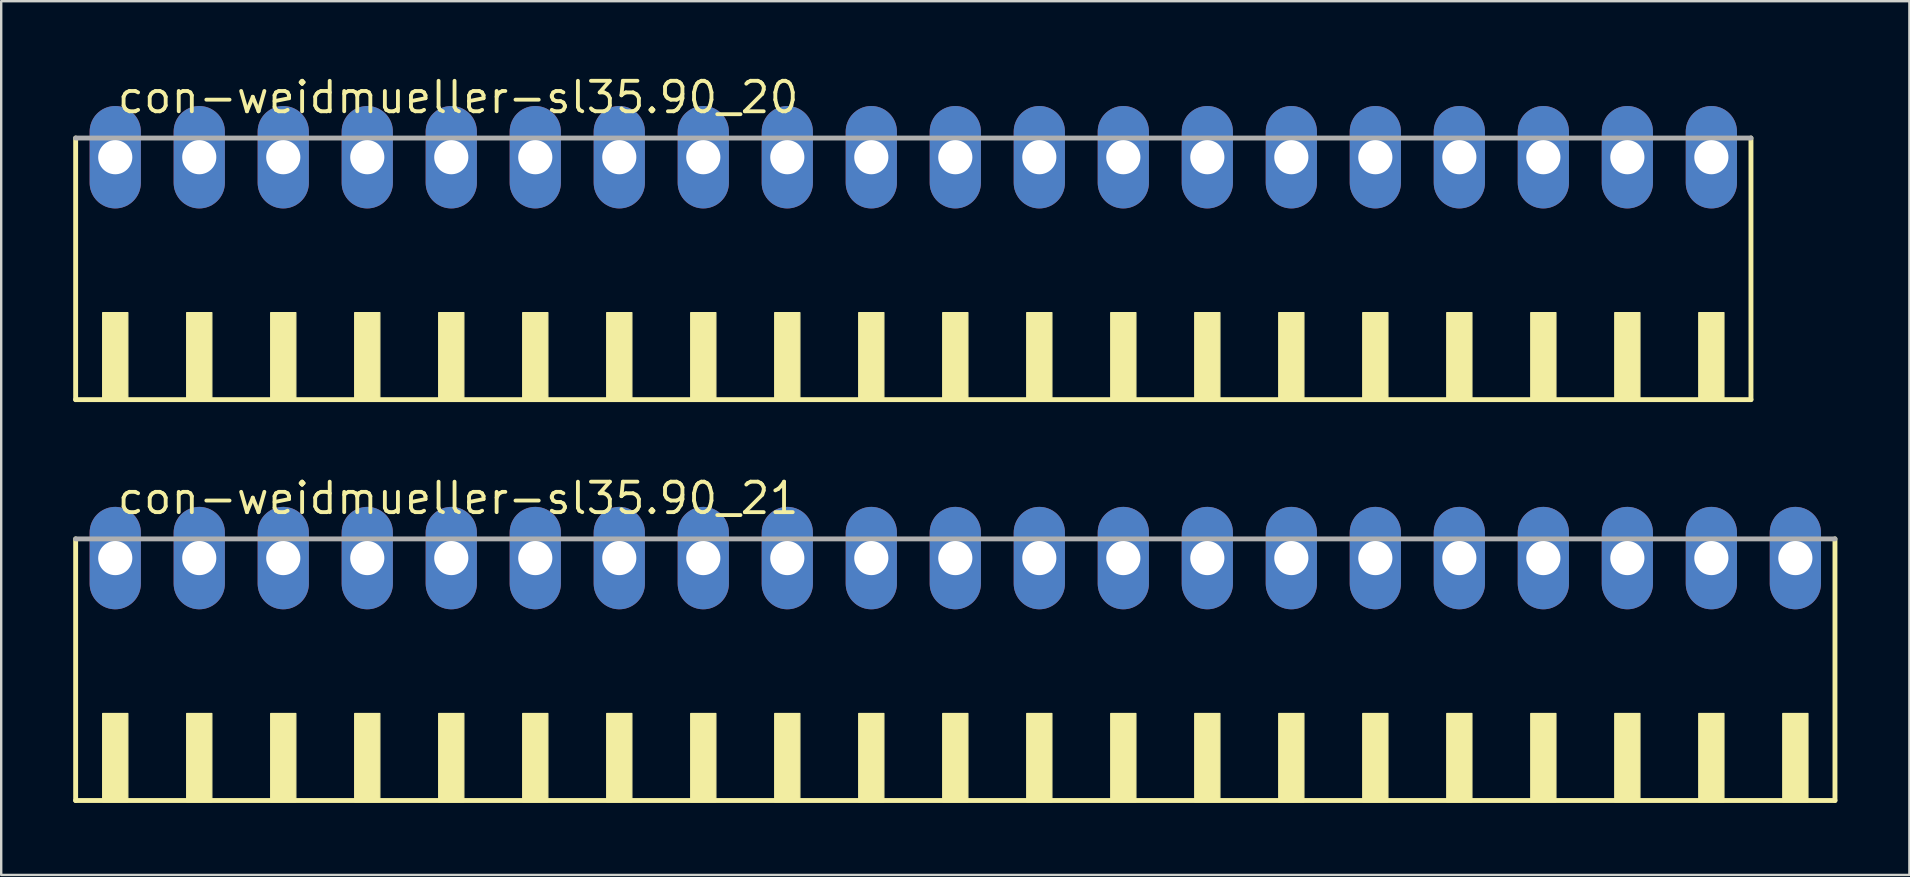
<source format=kicad_pcb>
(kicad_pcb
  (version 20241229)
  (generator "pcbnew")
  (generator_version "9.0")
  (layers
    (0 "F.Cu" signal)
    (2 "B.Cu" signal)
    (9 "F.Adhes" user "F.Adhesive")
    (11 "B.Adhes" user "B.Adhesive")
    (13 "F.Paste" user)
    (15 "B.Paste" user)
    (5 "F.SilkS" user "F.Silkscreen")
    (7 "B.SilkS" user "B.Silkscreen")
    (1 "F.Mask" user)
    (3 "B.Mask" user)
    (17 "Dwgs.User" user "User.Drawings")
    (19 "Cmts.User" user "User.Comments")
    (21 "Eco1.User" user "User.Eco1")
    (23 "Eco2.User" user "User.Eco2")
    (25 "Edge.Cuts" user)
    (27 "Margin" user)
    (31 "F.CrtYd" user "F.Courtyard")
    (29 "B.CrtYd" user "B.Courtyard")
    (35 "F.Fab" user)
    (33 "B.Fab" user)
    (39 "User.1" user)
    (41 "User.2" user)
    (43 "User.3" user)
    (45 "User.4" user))
  (footprint "con-weidmueller-sl35.90_21"
    (layer "F.Cu")
    (at 36.752 25.452)
    (property "Reference" "con-weidmueller-sl35.90_21" (at -35 -7 0) (layer "F.SilkS") (effects (font (size 1.27 1.27) (thickness 0.16)) (justify left bottom)))
    (attr through_hole)
    (fp_line (start -36.65 -6.05) (end -36.65 4.85) (stroke (width 0.203) (type default)) (layer "F.SilkS"))
    (fp_line (start -36.65 4.85) (end 36.65 4.85) (stroke (width 0.203) (type default)) (layer "F.SilkS"))
    (fp_line (start 36.65 4.85) (end 36.65 -6.05) (stroke (width 0.203) (type default)) (layer "F.SilkS"))
    (fp_rect (start -35.525 4.9) (end -34.475 1.225) (stroke (width 0.05) (type default)) (fill yes) (layer "F.SilkS"))
    (fp_rect (start -32.025 4.9) (end -30.975 1.225) (stroke (width 0.05) (type default)) (fill yes) (layer "F.SilkS"))
    (fp_rect (start -28.525 4.9) (end -27.475 1.225) (stroke (width 0.05) (type default)) (fill yes) (layer "F.SilkS"))
    (fp_rect (start -25.025 4.9) (end -23.975 1.225) (stroke (width 0.05) (type default)) (fill yes) (layer "F.SilkS"))
    (fp_rect (start -21.525 4.9) (end -20.475 1.225) (stroke (width 0.05) (type default)) (fill yes) (layer "F.SilkS"))
    (fp_rect (start -18.025 4.9) (end -16.975 1.225) (stroke (width 0.05) (type default)) (fill yes) (layer "F.SilkS"))
    (fp_rect (start -14.525 4.9) (end -13.475 1.225) (stroke (width 0.05) (type default)) (fill yes) (layer "F.SilkS"))
    (fp_rect (start -11.025 4.9) (end -9.975 1.225) (stroke (width 0.05) (type default)) (fill yes) (layer "F.SilkS"))
    (fp_rect (start -7.525 4.9) (end -6.475 1.225) (stroke (width 0.05) (type default)) (fill yes) (layer "F.SilkS"))
    (fp_rect (start -4.025 4.9) (end -2.975 1.225) (stroke (width 0.05) (type default)) (fill yes) (layer "F.SilkS"))
    (fp_rect (start -0.525 4.9) (end 0.525 1.225) (stroke (width 0.05) (type default)) (fill yes) (layer "F.SilkS"))
    (fp_rect (start 2.975 4.9) (end 4.025 1.225) (stroke (width 0.05) (type default)) (fill yes) (layer "F.SilkS"))
    (fp_rect (start 6.475 4.9) (end 7.525 1.225) (stroke (width 0.05) (type default)) (fill yes) (layer "F.SilkS"))
    (fp_rect (start 9.975 4.9) (end 11.025 1.225) (stroke (width 0.05) (type default)) (fill yes) (layer "F.SilkS"))
    (fp_rect (start 13.475 4.9) (end 14.525 1.225) (stroke (width 0.05) (type default)) (fill yes) (layer "F.SilkS"))
    (fp_rect (start 16.975 4.9) (end 18.025 1.225) (stroke (width 0.05) (type default)) (fill yes) (layer "F.SilkS"))
    (fp_rect (start 20.475 4.9) (end 21.525 1.225) (stroke (width 0.05) (type default)) (fill yes) (layer "F.SilkS"))
    (fp_rect (start 23.975 4.9) (end 25.025 1.225) (stroke (width 0.05) (type default)) (fill yes) (layer "F.SilkS"))
    (fp_rect (start 27.475 4.9) (end 28.525 1.225) (stroke (width 0.05) (type default)) (fill yes) (layer "F.SilkS"))
    (fp_rect (start 30.975 4.9) (end 32.025 1.225) (stroke (width 0.05) (type default)) (fill yes) (layer "F.SilkS"))
    (fp_rect (start 34.475 4.9) (end 35.525 1.225) (stroke (width 0.05) (type default)) (fill yes) (layer "F.SilkS"))
    (fp_line (start 36.65 -6.05) (end -36.65 -6.05) (stroke (width 0.203) (type default)) (layer "F.Fab"))
    (pad "1" thru_hole oval (at -35 -5.25 90) (size 4.267 2.134) (drill 1.422) (layers "*.Cu" "*.Mask"))
    (pad "2" thru_hole oval (at -31.5 -5.25 90) (size 4.267 2.134) (drill 1.422) (layers "*.Cu" "*.Mask"))
    (pad "3" thru_hole oval (at -28 -5.25 90) (size 4.267 2.134) (drill 1.422) (layers "*.Cu" "*.Mask"))
    (pad "4" thru_hole oval (at -24.5 -5.25 90) (size 4.267 2.134) (drill 1.422) (layers "*.Cu" "*.Mask"))
    (pad "5" thru_hole oval (at -21 -5.25 90) (size 4.267 2.134) (drill 1.422) (layers "*.Cu" "*.Mask"))
    (pad "6" thru_hole oval (at -17.5 -5.25 90) (size 4.267 2.134) (drill 1.422) (layers "*.Cu" "*.Mask"))
    (pad "7" thru_hole oval (at -14 -5.25 90) (size 4.267 2.134) (drill 1.422) (layers "*.Cu" "*.Mask"))
    (pad "8" thru_hole oval (at -10.5 -5.25 90) (size 4.267 2.134) (drill 1.422) (layers "*.Cu" "*.Mask"))
    (pad "9" thru_hole oval (at -7 -5.25 90) (size 4.267 2.134) (drill 1.422) (layers "*.Cu" "*.Mask"))
    (pad "10" thru_hole oval (at -3.5 -5.25 90) (size 4.267 2.134) (drill 1.422) (layers "*.Cu" "*.Mask"))
    (pad "11" thru_hole oval (at 0 -5.25 90) (size 4.267 2.134) (drill 1.422) (layers "*.Cu" "*.Mask"))
    (pad "12" thru_hole oval (at 3.5 -5.25 90) (size 4.267 2.134) (drill 1.422) (layers "*.Cu" "*.Mask"))
    (pad "13" thru_hole oval (at 7 -5.25 90) (size 4.267 2.134) (drill 1.422) (layers "*.Cu" "*.Mask"))
    (pad "14" thru_hole oval (at 10.5 -5.25 90) (size 4.267 2.134) (drill 1.422) (layers "*.Cu" "*.Mask"))
    (pad "15" thru_hole oval (at 14 -5.25 90) (size 4.267 2.134) (drill 1.422) (layers "*.Cu" "*.Mask"))
    (pad "16" thru_hole oval (at 17.5 -5.25 90) (size 4.267 2.134) (drill 1.422) (layers "*.Cu" "*.Mask"))
    (pad "17" thru_hole oval (at 21 -5.25 90) (size 4.267 2.134) (drill 1.422) (layers "*.Cu" "*.Mask"))
    (pad "18" thru_hole oval (at 24.5 -5.25 90) (size 4.267 2.134) (drill 1.422) (layers "*.Cu" "*.Mask"))
    (pad "19" thru_hole oval (at 28 -5.25 90) (size 4.267 2.134) (drill 1.422) (layers "*.Cu" "*.Mask"))
    (pad "20" thru_hole oval (at 31.5 -5.25 90) (size 4.267 2.134) (drill 1.422) (layers "*.Cu" "*.Mask"))
    (pad "21" thru_hole oval (at 35 -5.25 90) (size 4.267 2.134) (drill 1.422) (layers "*.Cu" "*.Mask")))
  (footprint "con-weidmueller-sl35.90_20"
    (layer "F.Cu")
    (at 35.002 8.75)
    (property "Reference" "con-weidmueller-sl35.90_20" (at -33.25 -7 0) (layer "F.SilkS") (effects (font (size 1.27 1.27) (thickness 0.16)) (justify left bottom)))
    (attr through_hole)
    (fp_line (start -34.9 -6.05) (end -34.9 4.85) (stroke (width 0.203) (type default)) (layer "F.SilkS"))
    (fp_line (start -34.9 4.85) (end 34.9 4.85) (stroke (width 0.203) (type default)) (layer "F.SilkS"))
    (fp_line (start 34.9 4.85) (end 34.9 -6.05) (stroke (width 0.203) (type default)) (layer "F.SilkS"))
    (fp_rect (start -33.775 4.9) (end -32.725 1.225) (stroke (width 0.05) (type default)) (fill yes) (layer "F.SilkS"))
    (fp_rect (start -30.275 4.9) (end -29.225 1.225) (stroke (width 0.05) (type default)) (fill yes) (layer "F.SilkS"))
    (fp_rect (start -26.775 4.9) (end -25.725 1.225) (stroke (width 0.05) (type default)) (fill yes) (layer "F.SilkS"))
    (fp_rect (start -23.275 4.9) (end -22.225 1.225) (stroke (width 0.05) (type default)) (fill yes) (layer "F.SilkS"))
    (fp_rect (start -19.775 4.9) (end -18.725 1.225) (stroke (width 0.05) (type default)) (fill yes) (layer "F.SilkS"))
    (fp_rect (start -16.275 4.9) (end -15.225 1.225) (stroke (width 0.05) (type default)) (fill yes) (layer "F.SilkS"))
    (fp_rect (start -12.775 4.9) (end -11.725 1.225) (stroke (width 0.05) (type default)) (fill yes) (layer "F.SilkS"))
    (fp_rect (start -9.275 4.9) (end -8.225 1.225) (stroke (width 0.05) (type default)) (fill yes) (layer "F.SilkS"))
    (fp_rect (start -5.775 4.9) (end -4.725 1.225) (stroke (width 0.05) (type default)) (fill yes) (layer "F.SilkS"))
    (fp_rect (start -2.275 4.9) (end -1.225 1.225) (stroke (width 0.05) (type default)) (fill yes) (layer "F.SilkS"))
    (fp_rect (start 1.225 4.9) (end 2.275 1.225) (stroke (width 0.05) (type default)) (fill yes) (layer "F.SilkS"))
    (fp_rect (start 4.725 4.9) (end 5.775 1.225) (stroke (width 0.05) (type default)) (fill yes) (layer "F.SilkS"))
    (fp_rect (start 8.225 4.9) (end 9.275 1.225) (stroke (width 0.05) (type default)) (fill yes) (layer "F.SilkS"))
    (fp_rect (start 11.725 4.9) (end 12.775 1.225) (stroke (width 0.05) (type default)) (fill yes) (layer "F.SilkS"))
    (fp_rect (start 15.225 4.9) (end 16.275 1.225) (stroke (width 0.05) (type default)) (fill yes) (layer "F.SilkS"))
    (fp_rect (start 18.725 4.9) (end 19.775 1.225) (stroke (width 0.05) (type default)) (fill yes) (layer "F.SilkS"))
    (fp_rect (start 22.225 4.9) (end 23.275 1.225) (stroke (width 0.05) (type default)) (fill yes) (layer "F.SilkS"))
    (fp_rect (start 25.725 4.9) (end 26.775 1.225) (stroke (width 0.05) (type default)) (fill yes) (layer "F.SilkS"))
    (fp_rect (start 29.225 4.9) (end 30.275 1.225) (stroke (width 0.05) (type default)) (fill yes) (layer "F.SilkS"))
    (fp_rect (start 32.725 4.9) (end 33.775 1.225) (stroke (width 0.05) (type default)) (fill yes) (layer "F.SilkS"))
    (fp_line (start 34.9 -6.05) (end -34.9 -6.05) (stroke (width 0.203) (type default)) (layer "F.Fab"))
    (pad "1" thru_hole oval (at -33.25 -5.25 90) (size 4.267 2.134) (drill 1.422) (layers "*.Cu" "*.Mask"))
    (pad "2" thru_hole oval (at -29.75 -5.25 90) (size 4.267 2.134) (drill 1.422) (layers "*.Cu" "*.Mask"))
    (pad "3" thru_hole oval (at -26.25 -5.25 90) (size 4.267 2.134) (drill 1.422) (layers "*.Cu" "*.Mask"))
    (pad "4" thru_hole oval (at -22.75 -5.25 90) (size 4.267 2.134) (drill 1.422) (layers "*.Cu" "*.Mask"))
    (pad "5" thru_hole oval (at -19.25 -5.25 90) (size 4.267 2.134) (drill 1.422) (layers "*.Cu" "*.Mask"))
    (pad "6" thru_hole oval (at -15.75 -5.25 90) (size 4.267 2.134) (drill 1.422) (layers "*.Cu" "*.Mask"))
    (pad "7" thru_hole oval (at -12.25 -5.25 90) (size 4.267 2.134) (drill 1.422) (layers "*.Cu" "*.Mask"))
    (pad "8" thru_hole oval (at -8.75 -5.25 90) (size 4.267 2.134) (drill 1.422) (layers "*.Cu" "*.Mask"))
    (pad "9" thru_hole oval (at -5.25 -5.25 90) (size 4.267 2.134) (drill 1.422) (layers "*.Cu" "*.Mask"))
    (pad "10" thru_hole oval (at -1.75 -5.25 90) (size 4.267 2.134) (drill 1.422) (layers "*.Cu" "*.Mask"))
    (pad "11" thru_hole oval (at 1.75 -5.25 90) (size 4.267 2.134) (drill 1.422) (layers "*.Cu" "*.Mask"))
    (pad "12" thru_hole oval (at 5.25 -5.25 90) (size 4.267 2.134) (drill 1.422) (layers "*.Cu" "*.Mask"))
    (pad "13" thru_hole oval (at 8.75 -5.25 90) (size 4.267 2.134) (drill 1.422) (layers "*.Cu" "*.Mask"))
    (pad "14" thru_hole oval (at 12.25 -5.25 90) (size 4.267 2.134) (drill 1.422) (layers "*.Cu" "*.Mask"))
    (pad "15" thru_hole oval (at 15.75 -5.25 90) (size 4.267 2.134) (drill 1.422) (layers "*.Cu" "*.Mask"))
    (pad "16" thru_hole oval (at 19.25 -5.25 90) (size 4.267 2.134) (drill 1.422) (layers "*.Cu" "*.Mask"))
    (pad "17" thru_hole oval (at 22.75 -5.25 90) (size 4.267 2.134) (drill 1.422) (layers "*.Cu" "*.Mask"))
    (pad "18" thru_hole oval (at 26.25 -5.25 90) (size 4.267 2.134) (drill 1.422) (layers "*.Cu" "*.Mask"))
    (pad "19" thru_hole oval (at 29.75 -5.25 90) (size 4.267 2.134) (drill 1.422) (layers "*.Cu" "*.Mask"))
    (pad "20" thru_hole oval (at 33.25 -5.25 90) (size 4.267 2.134) (drill 1.422) (layers "*.Cu" "*.Mask")))
  (gr_rect
    (start -3 -3)
    (end 76.503 33.403)
    (stroke (width 0.1) (type default))
    (fill no)
    (layer "Edge.Cuts")))
</source>
